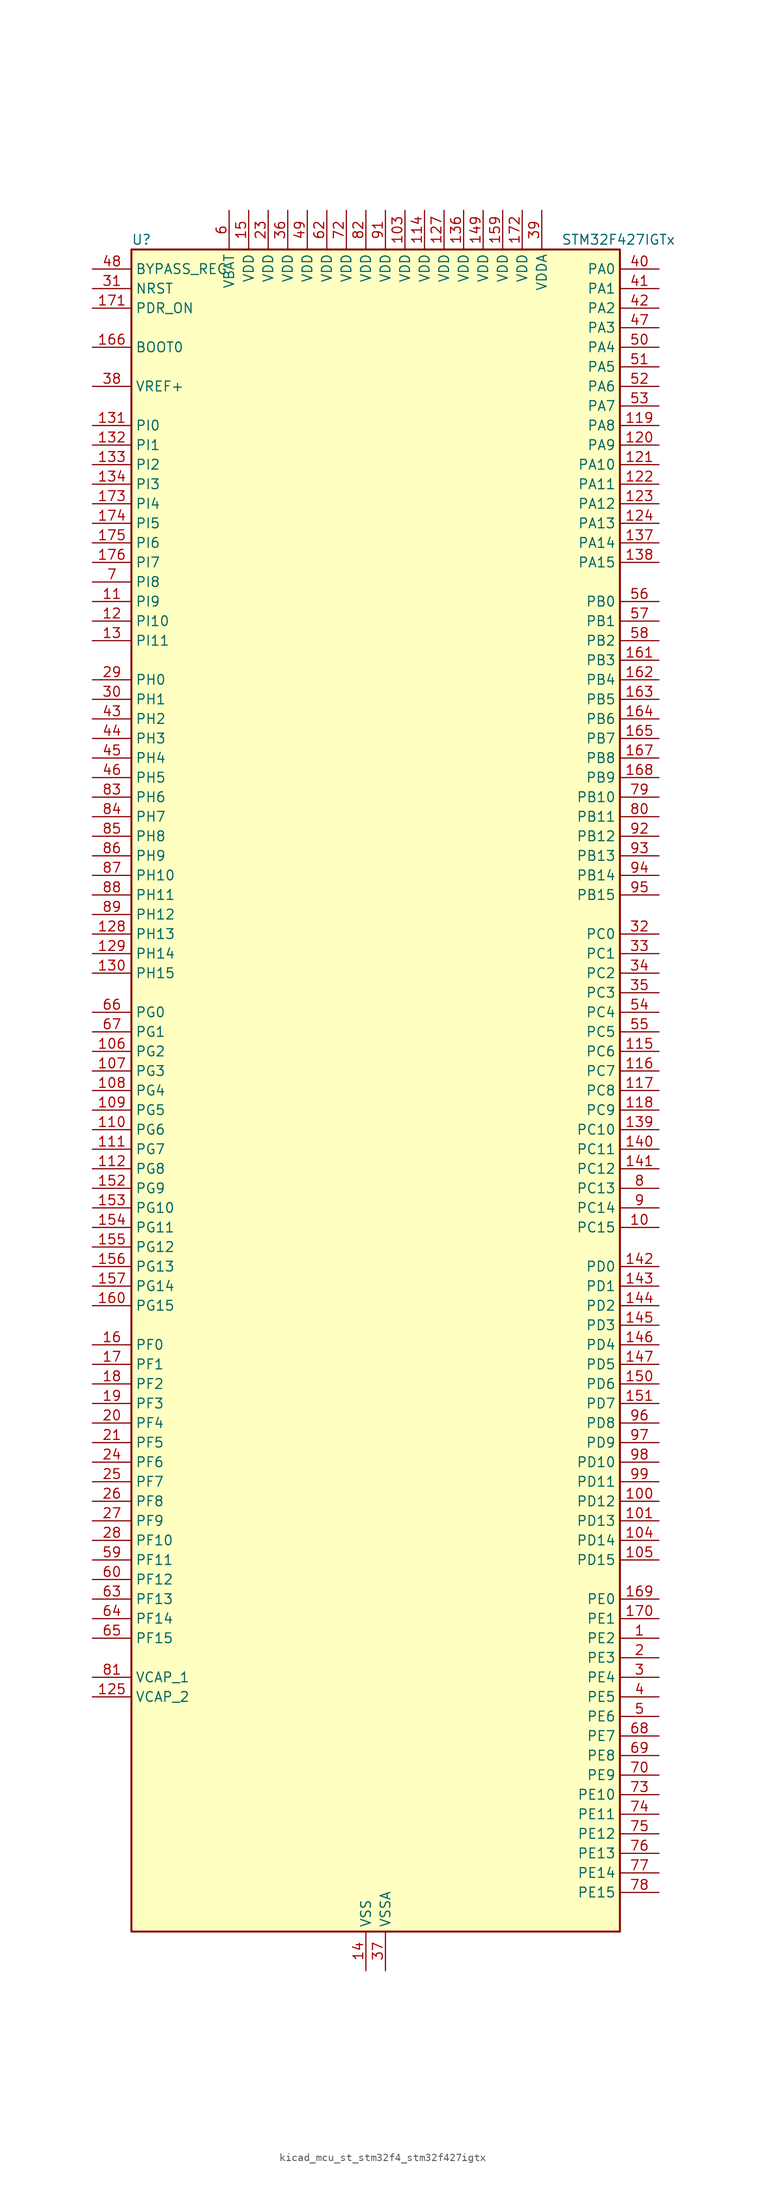
<source format=kicad_sym>
(kicad_symbol_lib
  (version 20220914)
  (generator kicad_symbol_editor)
  (symbol "kicad_mcu_st_stm32f4_stm32f427igtx"
    (property "Reference" "U"
      (at -30.48 110.49 0)
      (effects (font (size 1.27 1.27)) (justify left)))
    (property "Value" "STM32F427IGTx"
      (at 25.4 110.49 0)
      (effects (font (size 1.27 1.27)) (justify left)))
    (property "ki_locked" ""
      (at 0 0 0)
      (effects (font (size 1.27 1.27))))
    (symbol "kicad_mcu_st_stm32f4_stm32f427igtx_0_1"
      (rectangle (start -30.48 -109.22) (end 33.02 109.22) (stroke (width 0.254) (type default)) (fill (type background))))
    (symbol "kicad_mcu_st_stm32f4_stm32f427igtx_1_1"
      (pin bidirectional line (at 38.1 -71.12 180) (length 5.08) (name "PE2" (effects (font (size 1.27 1.27)))) (number "1" (effects (font (size 1.27 1.27)))) (alternate "ETH_TXD3" bidirectional line) (alternate "FMC_A23" bidirectional line) (alternate "SAI1_MCLK_A" bidirectional line) (alternate "SPI4_SCK" bidirectional line) (alternate "SYS_TRACECLK" bidirectional line))
      (pin bidirectional line (at 38.1 -17.78 180) (length 5.08) (name "PC15" (effects (font (size 1.27 1.27)))) (number "10" (effects (font (size 1.27 1.27)))) (alternate "ADC1_EXTI15" bidirectional line) (alternate "ADC2_EXTI15" bidirectional line) (alternate "ADC3_EXTI15" bidirectional line) (alternate "RCC_OSC32_OUT" bidirectional line))
      (pin bidirectional line (at 38.1 -53.34 180) (length 5.08) (name "PD12" (effects (font (size 1.27 1.27)))) (number "100" (effects (font (size 1.27 1.27)))) (alternate "FMC_A17" bidirectional line) (alternate "FMC_ALE" bidirectional line) (alternate "TIM4_CH1" bidirectional line) (alternate "USART3_RTS" bidirectional line))
      (pin bidirectional line (at 38.1 -55.88 180) (length 5.08) (name "PD13" (effects (font (size 1.27 1.27)))) (number "101" (effects (font (size 1.27 1.27)))) (alternate "FMC_A18" bidirectional line) (alternate "TIM4_CH2" bidirectional line))
      (pin passive line (at 0 -114.3 90) (length 5.08) hide (name "VSS" (effects (font (size 1.27 1.27)))) (number "102" (effects (font (size 1.27 1.27)))))
      (pin power_in line (at 5.08 114.3 270) (length 5.08) (name "VDD" (effects (font (size 1.27 1.27)))) (number "103" (effects (font (size 1.27 1.27)))))
      (pin bidirectional line (at 38.1 -58.42 180) (length 5.08) (name "PD14" (effects (font (size 1.27 1.27)))) (number "104" (effects (font (size 1.27 1.27)))) (alternate "FMC_D0" bidirectional line) (alternate "FMC_DA0" bidirectional line) (alternate "TIM4_CH3" bidirectional line))
      (pin bidirectional line (at 38.1 -60.96 180) (length 5.08) (name "PD15" (effects (font (size 1.27 1.27)))) (number "105" (effects (font (size 1.27 1.27)))) (alternate "ADC1_EXTI15" bidirectional line) (alternate "ADC2_EXTI15" bidirectional line) (alternate "ADC3_EXTI15" bidirectional line) (alternate "FMC_D1" bidirectional line) (alternate "FMC_DA1" bidirectional line) (alternate "TIM4_CH4" bidirectional line))
      (pin bidirectional line (at -35.56 5.08 0) (length 5.08) (name "PG2" (effects (font (size 1.27 1.27)))) (number "106" (effects (font (size 1.27 1.27)))) (alternate "FMC_A12" bidirectional line))
      (pin bidirectional line (at -35.56 2.54 0) (length 5.08) (name "PG3" (effects (font (size 1.27 1.27)))) (number "107" (effects (font (size 1.27 1.27)))) (alternate "FMC_A13" bidirectional line))
      (pin bidirectional line (at -35.56 0 0) (length 5.08) (name "PG4" (effects (font (size 1.27 1.27)))) (number "108" (effects (font (size 1.27 1.27)))) (alternate "FMC_A14" bidirectional line) (alternate "FMC_BA0" bidirectional line))
      (pin bidirectional line (at -35.56 -2.54 0) (length 5.08) (name "PG5" (effects (font (size 1.27 1.27)))) (number "109" (effects (font (size 1.27 1.27)))) (alternate "FMC_A15" bidirectional line) (alternate "FMC_BA1" bidirectional line))
      (pin bidirectional line (at -35.56 63.5 0) (length 5.08) (name "PI9" (effects (font (size 1.27 1.27)))) (number "11" (effects (font (size 1.27 1.27)))) (alternate "CAN1_RX" bidirectional line) (alternate "DAC_EXTI9" bidirectional line) (alternate "FMC_D30" bidirectional line))
      (pin bidirectional line (at -35.56 -5.08 0) (length 5.08) (name "PG6" (effects (font (size 1.27 1.27)))) (number "110" (effects (font (size 1.27 1.27)))) (alternate "DCMI_D12" bidirectional line) (alternate "FMC_INT2" bidirectional line))
      (pin bidirectional line (at -35.56 -7.62 0) (length 5.08) (name "PG7" (effects (font (size 1.27 1.27)))) (number "111" (effects (font (size 1.27 1.27)))) (alternate "DCMI_D13" bidirectional line) (alternate "FMC_INT3" bidirectional line) (alternate "USART6_CK" bidirectional line))
      (pin bidirectional line (at -35.56 -10.16 0) (length 5.08) (name "PG8" (effects (font (size 1.27 1.27)))) (number "112" (effects (font (size 1.27 1.27)))) (alternate "ETH_PPS_OUT" bidirectional line) (alternate "FMC_SDCLK" bidirectional line) (alternate "SPI6_NSS" bidirectional line) (alternate "USART6_RTS" bidirectional line))
      (pin passive line (at 0 -114.3 90) (length 5.08) hide (name "VSS" (effects (font (size 1.27 1.27)))) (number "113" (effects (font (size 1.27 1.27)))))
      (pin power_in line (at 7.62 114.3 270) (length 5.08) (name "VDD" (effects (font (size 1.27 1.27)))) (number "114" (effects (font (size 1.27 1.27)))))
      (pin bidirectional line (at 38.1 5.08 180) (length 5.08) (name "PC6" (effects (font (size 1.27 1.27)))) (number "115" (effects (font (size 1.27 1.27)))) (alternate "DCMI_D0" bidirectional line) (alternate "I2S2_MCK" bidirectional line) (alternate "SDIO_D6" bidirectional line) (alternate "TIM3_CH1" bidirectional line) (alternate "TIM8_CH1" bidirectional line) (alternate "USART6_TX" bidirectional line))
      (pin bidirectional line (at 38.1 2.54 180) (length 5.08) (name "PC7" (effects (font (size 1.27 1.27)))) (number "116" (effects (font (size 1.27 1.27)))) (alternate "DCMI_D1" bidirectional line) (alternate "I2S3_MCK" bidirectional line) (alternate "SDIO_D7" bidirectional line) (alternate "TIM3_CH2" bidirectional line) (alternate "TIM8_CH2" bidirectional line) (alternate "USART6_RX" bidirectional line))
      (pin bidirectional line (at 38.1 0 180) (length 5.08) (name "PC8" (effects (font (size 1.27 1.27)))) (number "117" (effects (font (size 1.27 1.27)))) (alternate "DCMI_D2" bidirectional line) (alternate "SDIO_D0" bidirectional line) (alternate "TIM3_CH3" bidirectional line) (alternate "TIM8_CH3" bidirectional line) (alternate "USART6_CK" bidirectional line))
      (pin bidirectional line (at 38.1 -2.54 180) (length 5.08) (name "PC9" (effects (font (size 1.27 1.27)))) (number "118" (effects (font (size 1.27 1.27)))) (alternate "DAC_EXTI9" bidirectional line) (alternate "DCMI_D3" bidirectional line) (alternate "I2C3_SDA" bidirectional line) (alternate "I2S_CKIN" bidirectional line) (alternate "RCC_MCO_2" bidirectional line) (alternate "SDIO_D1" bidirectional line) (alternate "TIM3_CH4" bidirectional line) (alternate "TIM8_CH4" bidirectional line))
      (pin bidirectional line (at 38.1 86.36 180) (length 5.08) (name "PA8" (effects (font (size 1.27 1.27)))) (number "119" (effects (font (size 1.27 1.27)))) (alternate "I2C3_SCL" bidirectional line) (alternate "RCC_MCO_1" bidirectional line) (alternate "TIM1_CH1" bidirectional line) (alternate "USART1_CK" bidirectional line) (alternate "USB_OTG_FS_SOF" bidirectional line))
      (pin bidirectional line (at -35.56 60.96 0) (length 5.08) (name "PI10" (effects (font (size 1.27 1.27)))) (number "12" (effects (font (size 1.27 1.27)))) (alternate "ETH_RX_ER" bidirectional line) (alternate "FMC_D31" bidirectional line))
      (pin bidirectional line (at 38.1 83.82 180) (length 5.08) (name "PA9" (effects (font (size 1.27 1.27)))) (number "120" (effects (font (size 1.27 1.27)))) (alternate "DAC_EXTI9" bidirectional line) (alternate "DCMI_D0" bidirectional line) (alternate "I2C3_SMBA" bidirectional line) (alternate "TIM1_CH2" bidirectional line) (alternate "USART1_TX" bidirectional line) (alternate "USB_OTG_FS_VBUS" bidirectional line))
      (pin bidirectional line (at 38.1 81.28 180) (length 5.08) (name "PA10" (effects (font (size 1.27 1.27)))) (number "121" (effects (font (size 1.27 1.27)))) (alternate "DCMI_D1" bidirectional line) (alternate "TIM1_CH3" bidirectional line) (alternate "USART1_RX" bidirectional line) (alternate "USB_OTG_FS_ID" bidirectional line))
      (pin bidirectional line (at 38.1 78.74 180) (length 5.08) (name "PA11" (effects (font (size 1.27 1.27)))) (number "122" (effects (font (size 1.27 1.27)))) (alternate "ADC1_EXTI11" bidirectional line) (alternate "ADC2_EXTI11" bidirectional line) (alternate "ADC3_EXTI11" bidirectional line) (alternate "CAN1_RX" bidirectional line) (alternate "TIM1_CH4" bidirectional line) (alternate "USART1_CTS" bidirectional line) (alternate "USB_OTG_FS_DM" bidirectional line))
      (pin bidirectional line (at 38.1 76.2 180) (length 5.08) (name "PA12" (effects (font (size 1.27 1.27)))) (number "123" (effects (font (size 1.27 1.27)))) (alternate "CAN1_TX" bidirectional line) (alternate "TIM1_ETR" bidirectional line) (alternate "USART1_RTS" bidirectional line) (alternate "USB_OTG_FS_DP" bidirectional line))
      (pin bidirectional line (at 38.1 73.66 180) (length 5.08) (name "PA13" (effects (font (size 1.27 1.27)))) (number "124" (effects (font (size 1.27 1.27)))) (alternate "SYS_JTMS-SWDIO" bidirectional line))
      (pin power_out line (at -35.56 -78.74 0) (length 5.08) (name "VCAP_2" (effects (font (size 1.27 1.27)))) (number "125" (effects (font (size 1.27 1.27)))))
      (pin passive line (at 0 -114.3 90) (length 5.08) hide (name "VSS" (effects (font (size 1.27 1.27)))) (number "126" (effects (font (size 1.27 1.27)))))
      (pin power_in line (at 10.16 114.3 270) (length 5.08) (name "VDD" (effects (font (size 1.27 1.27)))) (number "127" (effects (font (size 1.27 1.27)))))
      (pin bidirectional line (at -35.56 20.32 0) (length 5.08) (name "PH13" (effects (font (size 1.27 1.27)))) (number "128" (effects (font (size 1.27 1.27)))) (alternate "CAN1_TX" bidirectional line) (alternate "FMC_D21" bidirectional line) (alternate "TIM8_CH1N" bidirectional line))
      (pin bidirectional line (at -35.56 17.78 0) (length 5.08) (name "PH14" (effects (font (size 1.27 1.27)))) (number "129" (effects (font (size 1.27 1.27)))) (alternate "DCMI_D4" bidirectional line) (alternate "FMC_D22" bidirectional line) (alternate "TIM8_CH2N" bidirectional line))
      (pin bidirectional line (at -35.56 58.42 0) (length 5.08) (name "PI11" (effects (font (size 1.27 1.27)))) (number "13" (effects (font (size 1.27 1.27)))) (alternate "ADC1_EXTI11" bidirectional line) (alternate "ADC2_EXTI11" bidirectional line) (alternate "ADC3_EXTI11" bidirectional line) (alternate "USB_OTG_HS_ULPI_DIR" bidirectional line))
      (pin bidirectional line (at -35.56 15.24 0) (length 5.08) (name "PH15" (effects (font (size 1.27 1.27)))) (number "130" (effects (font (size 1.27 1.27)))) (alternate "ADC1_EXTI15" bidirectional line) (alternate "ADC2_EXTI15" bidirectional line) (alternate "ADC3_EXTI15" bidirectional line) (alternate "DCMI_D11" bidirectional line) (alternate "FMC_D23" bidirectional line) (alternate "TIM8_CH3N" bidirectional line))
      (pin bidirectional line (at -35.56 86.36 0) (length 5.08) (name "PI0" (effects (font (size 1.27 1.27)))) (number "131" (effects (font (size 1.27 1.27)))) (alternate "DCMI_D13" bidirectional line) (alternate "FMC_D24" bidirectional line) (alternate "I2S2_WS" bidirectional line) (alternate "SPI2_NSS" bidirectional line) (alternate "TIM5_CH4" bidirectional line))
      (pin bidirectional line (at -35.56 83.82 0) (length 5.08) (name "PI1" (effects (font (size 1.27 1.27)))) (number "132" (effects (font (size 1.27 1.27)))) (alternate "DCMI_D8" bidirectional line) (alternate "FMC_D25" bidirectional line) (alternate "I2S2_CK" bidirectional line) (alternate "SPI2_SCK" bidirectional line))
      (pin bidirectional line (at -35.56 81.28 0) (length 5.08) (name "PI2" (effects (font (size 1.27 1.27)))) (number "133" (effects (font (size 1.27 1.27)))) (alternate "DCMI_D9" bidirectional line) (alternate "FMC_D26" bidirectional line) (alternate "I2S2_ext_SD" bidirectional line) (alternate "SPI2_MISO" bidirectional line) (alternate "TIM8_CH4" bidirectional line))
      (pin bidirectional line (at -35.56 78.74 0) (length 5.08) (name "PI3" (effects (font (size 1.27 1.27)))) (number "134" (effects (font (size 1.27 1.27)))) (alternate "DCMI_D10" bidirectional line) (alternate "FMC_D27" bidirectional line) (alternate "I2S2_SD" bidirectional line) (alternate "SPI2_MOSI" bidirectional line) (alternate "TIM8_ETR" bidirectional line))
      (pin passive line (at 0 -114.3 90) (length 5.08) hide (name "VSS" (effects (font (size 1.27 1.27)))) (number "135" (effects (font (size 1.27 1.27)))))
      (pin power_in line (at 12.7 114.3 270) (length 5.08) (name "VDD" (effects (font (size 1.27 1.27)))) (number "136" (effects (font (size 1.27 1.27)))))
      (pin bidirectional line (at 38.1 71.12 180) (length 5.08) (name "PA14" (effects (font (size 1.27 1.27)))) (number "137" (effects (font (size 1.27 1.27)))) (alternate "SYS_JTCK-SWCLK" bidirectional line))
      (pin bidirectional line (at 38.1 68.58 180) (length 5.08) (name "PA15" (effects (font (size 1.27 1.27)))) (number "138" (effects (font (size 1.27 1.27)))) (alternate "ADC1_EXTI15" bidirectional line) (alternate "ADC2_EXTI15" bidirectional line) (alternate "ADC3_EXTI15" bidirectional line) (alternate "I2S3_WS" bidirectional line) (alternate "SPI1_NSS" bidirectional line) (alternate "SPI3_NSS" bidirectional line) (alternate "SYS_JTDI" bidirectional line) (alternate "TIM2_CH1" bidirectional line) (alternate "TIM2_ETR" bidirectional line))
      (pin bidirectional line (at 38.1 -5.08 180) (length 5.08) (name "PC10" (effects (font (size 1.27 1.27)))) (number "139" (effects (font (size 1.27 1.27)))) (alternate "DCMI_D8" bidirectional line) (alternate "I2S3_CK" bidirectional line) (alternate "SDIO_D2" bidirectional line) (alternate "SPI3_SCK" bidirectional line) (alternate "UART4_TX" bidirectional line) (alternate "USART3_TX" bidirectional line))
      (pin power_in line (at 0 -114.3 90) (length 5.08) (name "VSS" (effects (font (size 1.27 1.27)))) (number "14" (effects (font (size 1.27 1.27)))))
      (pin bidirectional line (at 38.1 -7.62 180) (length 5.08) (name "PC11" (effects (font (size 1.27 1.27)))) (number "140" (effects (font (size 1.27 1.27)))) (alternate "ADC1_EXTI11" bidirectional line) (alternate "ADC2_EXTI11" bidirectional line) (alternate "ADC3_EXTI11" bidirectional line) (alternate "DCMI_D4" bidirectional line) (alternate "I2S3_ext_SD" bidirectional line) (alternate "SDIO_D3" bidirectional line) (alternate "SPI3_MISO" bidirectional line) (alternate "UART4_RX" bidirectional line) (alternate "USART3_RX" bidirectional line))
      (pin bidirectional line (at 38.1 -10.16 180) (length 5.08) (name "PC12" (effects (font (size 1.27 1.27)))) (number "141" (effects (font (size 1.27 1.27)))) (alternate "DCMI_D9" bidirectional line) (alternate "I2S3_SD" bidirectional line) (alternate "SDIO_CK" bidirectional line) (alternate "SPI3_MOSI" bidirectional line) (alternate "UART5_TX" bidirectional line) (alternate "USART3_CK" bidirectional line))
      (pin bidirectional line (at 38.1 -22.86 180) (length 5.08) (name "PD0" (effects (font (size 1.27 1.27)))) (number "142" (effects (font (size 1.27 1.27)))) (alternate "CAN1_RX" bidirectional line) (alternate "FMC_D2" bidirectional line) (alternate "FMC_DA2" bidirectional line))
      (pin bidirectional line (at 38.1 -25.4 180) (length 5.08) (name "PD1" (effects (font (size 1.27 1.27)))) (number "143" (effects (font (size 1.27 1.27)))) (alternate "CAN1_TX" bidirectional line) (alternate "FMC_D3" bidirectional line) (alternate "FMC_DA3" bidirectional line))
      (pin bidirectional line (at 38.1 -27.94 180) (length 5.08) (name "PD2" (effects (font (size 1.27 1.27)))) (number "144" (effects (font (size 1.27 1.27)))) (alternate "DCMI_D11" bidirectional line) (alternate "SDIO_CMD" bidirectional line) (alternate "TIM3_ETR" bidirectional line) (alternate "UART5_RX" bidirectional line))
      (pin bidirectional line (at 38.1 -30.48 180) (length 5.08) (name "PD3" (effects (font (size 1.27 1.27)))) (number "145" (effects (font (size 1.27 1.27)))) (alternate "DCMI_D5" bidirectional line) (alternate "FMC_CLK" bidirectional line) (alternate "I2S2_CK" bidirectional line) (alternate "SPI2_SCK" bidirectional line) (alternate "USART2_CTS" bidirectional line))
      (pin bidirectional line (at 38.1 -33.02 180) (length 5.08) (name "PD4" (effects (font (size 1.27 1.27)))) (number "146" (effects (font (size 1.27 1.27)))) (alternate "FMC_NOE" bidirectional line) (alternate "USART2_RTS" bidirectional line))
      (pin bidirectional line (at 38.1 -35.56 180) (length 5.08) (name "PD5" (effects (font (size 1.27 1.27)))) (number "147" (effects (font (size 1.27 1.27)))) (alternate "FMC_NWE" bidirectional line) (alternate "USART2_TX" bidirectional line))
      (pin passive line (at 0 -114.3 90) (length 5.08) hide (name "VSS" (effects (font (size 1.27 1.27)))) (number "148" (effects (font (size 1.27 1.27)))))
      (pin power_in line (at 15.24 114.3 270) (length 5.08) (name "VDD" (effects (font (size 1.27 1.27)))) (number "149" (effects (font (size 1.27 1.27)))))
      (pin power_in line (at -15.24 114.3 270) (length 5.08) (name "VDD" (effects (font (size 1.27 1.27)))) (number "15" (effects (font (size 1.27 1.27)))))
      (pin bidirectional line (at 38.1 -38.1 180) (length 5.08) (name "PD6" (effects (font (size 1.27 1.27)))) (number "150" (effects (font (size 1.27 1.27)))) (alternate "DCMI_D10" bidirectional line) (alternate "FMC_NWAIT" bidirectional line) (alternate "I2S3_SD" bidirectional line) (alternate "SAI1_SD_A" bidirectional line) (alternate "SPI3_MOSI" bidirectional line) (alternate "USART2_RX" bidirectional line))
      (pin bidirectional line (at 38.1 -40.64 180) (length 5.08) (name "PD7" (effects (font (size 1.27 1.27)))) (number "151" (effects (font (size 1.27 1.27)))) (alternate "FMC_NCE2" bidirectional line) (alternate "FMC_NE1" bidirectional line) (alternate "USART2_CK" bidirectional line))
      (pin bidirectional line (at -35.56 -12.7 0) (length 5.08) (name "PG9" (effects (font (size 1.27 1.27)))) (number "152" (effects (font (size 1.27 1.27)))) (alternate "DAC_EXTI9" bidirectional line) (alternate "DCMI_VSYNC" bidirectional line) (alternate "FMC_NCE3" bidirectional line) (alternate "FMC_NE2" bidirectional line) (alternate "USART6_RX" bidirectional line))
      (pin bidirectional line (at -35.56 -15.24 0) (length 5.08) (name "PG10" (effects (font (size 1.27 1.27)))) (number "153" (effects (font (size 1.27 1.27)))) (alternate "DCMI_D2" bidirectional line) (alternate "FMC_NCE4_1" bidirectional line) (alternate "FMC_NE3" bidirectional line))
      (pin bidirectional line (at -35.56 -17.78 0) (length 5.08) (name "PG11" (effects (font (size 1.27 1.27)))) (number "154" (effects (font (size 1.27 1.27)))) (alternate "ADC1_EXTI11" bidirectional line) (alternate "ADC2_EXTI11" bidirectional line) (alternate "ADC3_EXTI11" bidirectional line) (alternate "DCMI_D3" bidirectional line) (alternate "ETH_TX_EN" bidirectional line) (alternate "FMC_NCE4_2" bidirectional line))
      (pin bidirectional line (at -35.56 -20.32 0) (length 5.08) (name "PG12" (effects (font (size 1.27 1.27)))) (number "155" (effects (font (size 1.27 1.27)))) (alternate "FMC_NE4" bidirectional line) (alternate "SPI6_MISO" bidirectional line) (alternate "USART6_RTS" bidirectional line))
      (pin bidirectional line (at -35.56 -22.86 0) (length 5.08) (name "PG13" (effects (font (size 1.27 1.27)))) (number "156" (effects (font (size 1.27 1.27)))) (alternate "ETH_TXD0" bidirectional line) (alternate "FMC_A24" bidirectional line) (alternate "SPI6_SCK" bidirectional line) (alternate "USART6_CTS" bidirectional line))
      (pin bidirectional line (at -35.56 -25.4 0) (length 5.08) (name "PG14" (effects (font (size 1.27 1.27)))) (number "157" (effects (font (size 1.27 1.27)))) (alternate "ETH_TXD1" bidirectional line) (alternate "FMC_A25" bidirectional line) (alternate "SPI6_MOSI" bidirectional line) (alternate "USART6_TX" bidirectional line))
      (pin passive line (at 0 -114.3 90) (length 5.08) hide (name "VSS" (effects (font (size 1.27 1.27)))) (number "158" (effects (font (size 1.27 1.27)))))
      (pin power_in line (at 17.78 114.3 270) (length 5.08) (name "VDD" (effects (font (size 1.27 1.27)))) (number "159" (effects (font (size 1.27 1.27)))))
      (pin bidirectional line (at -35.56 -33.02 0) (length 5.08) (name "PF0" (effects (font (size 1.27 1.27)))) (number "16" (effects (font (size 1.27 1.27)))) (alternate "FMC_A0" bidirectional line) (alternate "I2C2_SDA" bidirectional line))
      (pin bidirectional line (at -35.56 -27.94 0) (length 5.08) (name "PG15" (effects (font (size 1.27 1.27)))) (number "160" (effects (font (size 1.27 1.27)))) (alternate "ADC1_EXTI15" bidirectional line) (alternate "ADC2_EXTI15" bidirectional line) (alternate "ADC3_EXTI15" bidirectional line) (alternate "DCMI_D13" bidirectional line) (alternate "FMC_SDNCAS" bidirectional line) (alternate "USART6_CTS" bidirectional line))
      (pin bidirectional line (at 38.1 55.88 180) (length 5.08) (name "PB3" (effects (font (size 1.27 1.27)))) (number "161" (effects (font (size 1.27 1.27)))) (alternate "I2S3_CK" bidirectional line) (alternate "SPI1_SCK" bidirectional line) (alternate "SPI3_SCK" bidirectional line) (alternate "SYS_JTDO-SWO" bidirectional line) (alternate "TIM2_CH2" bidirectional line))
      (pin bidirectional line (at 38.1 53.34 180) (length 5.08) (name "PB4" (effects (font (size 1.27 1.27)))) (number "162" (effects (font (size 1.27 1.27)))) (alternate "I2S3_ext_SD" bidirectional line) (alternate "SPI1_MISO" bidirectional line) (alternate "SPI3_MISO" bidirectional line) (alternate "SYS_JTRST" bidirectional line) (alternate "TIM3_CH1" bidirectional line))
      (pin bidirectional line (at 38.1 50.8 180) (length 5.08) (name "PB5" (effects (font (size 1.27 1.27)))) (number "163" (effects (font (size 1.27 1.27)))) (alternate "CAN2_RX" bidirectional line) (alternate "DCMI_D10" bidirectional line) (alternate "ETH_PPS_OUT" bidirectional line) (alternate "FMC_SDCKE1" bidirectional line) (alternate "I2C1_SMBA" bidirectional line) (alternate "I2S3_SD" bidirectional line) (alternate "SPI1_MOSI" bidirectional line) (alternate "SPI3_MOSI" bidirectional line) (alternate "TIM3_CH2" bidirectional line) (alternate "USB_OTG_HS_ULPI_D7" bidirectional line))
      (pin bidirectional line (at 38.1 48.26 180) (length 5.08) (name "PB6" (effects (font (size 1.27 1.27)))) (number "164" (effects (font (size 1.27 1.27)))) (alternate "CAN2_TX" bidirectional line) (alternate "DCMI_D5" bidirectional line) (alternate "FMC_SDNE1" bidirectional line) (alternate "I2C1_SCL" bidirectional line) (alternate "TIM4_CH1" bidirectional line) (alternate "USART1_TX" bidirectional line))
      (pin bidirectional line (at 38.1 45.72 180) (length 5.08) (name "PB7" (effects (font (size 1.27 1.27)))) (number "165" (effects (font (size 1.27 1.27)))) (alternate "DCMI_VSYNC" bidirectional line) (alternate "FMC_NL" bidirectional line) (alternate "I2C1_SDA" bidirectional line) (alternate "TIM4_CH2" bidirectional line) (alternate "USART1_RX" bidirectional line))
      (pin input line (at -35.56 96.52 0) (length 5.08) (name "BOOT0" (effects (font (size 1.27 1.27)))) (number "166" (effects (font (size 1.27 1.27)))))
      (pin bidirectional line (at 38.1 43.18 180) (length 5.08) (name "PB8" (effects (font (size 1.27 1.27)))) (number "167" (effects (font (size 1.27 1.27)))) (alternate "CAN1_RX" bidirectional line) (alternate "DCMI_D6" bidirectional line) (alternate "ETH_TXD3" bidirectional line) (alternate "I2C1_SCL" bidirectional line) (alternate "SDIO_D4" bidirectional line) (alternate "TIM10_CH1" bidirectional line) (alternate "TIM4_CH3" bidirectional line))
      (pin bidirectional line (at 38.1 40.64 180) (length 5.08) (name "PB9" (effects (font (size 1.27 1.27)))) (number "168" (effects (font (size 1.27 1.27)))) (alternate "CAN1_TX" bidirectional line) (alternate "DAC_EXTI9" bidirectional line) (alternate "DCMI_D7" bidirectional line) (alternate "I2C1_SDA" bidirectional line) (alternate "I2S2_WS" bidirectional line) (alternate "SDIO_D5" bidirectional line) (alternate "SPI2_NSS" bidirectional line) (alternate "TIM11_CH1" bidirectional line) (alternate "TIM4_CH4" bidirectional line))
      (pin bidirectional line (at 38.1 -66.04 180) (length 5.08) (name "PE0" (effects (font (size 1.27 1.27)))) (number "169" (effects (font (size 1.27 1.27)))) (alternate "DCMI_D2" bidirectional line) (alternate "FMC_NBL0" bidirectional line) (alternate "TIM4_ETR" bidirectional line) (alternate "UART8_RX" bidirectional line))
      (pin bidirectional line (at -35.56 -35.56 0) (length 5.08) (name "PF1" (effects (font (size 1.27 1.27)))) (number "17" (effects (font (size 1.27 1.27)))) (alternate "FMC_A1" bidirectional line) (alternate "I2C2_SCL" bidirectional line))
      (pin bidirectional line (at 38.1 -68.58 180) (length 5.08) (name "PE1" (effects (font (size 1.27 1.27)))) (number "170" (effects (font (size 1.27 1.27)))) (alternate "DCMI_D3" bidirectional line) (alternate "FMC_NBL1" bidirectional line) (alternate "UART8_TX" bidirectional line))
      (pin input line (at -35.56 101.6 0) (length 5.08) (name "PDR_ON" (effects (font (size 1.27 1.27)))) (number "171" (effects (font (size 1.27 1.27)))))
      (pin power_in line (at 20.32 114.3 270) (length 5.08) (name "VDD" (effects (font (size 1.27 1.27)))) (number "172" (effects (font (size 1.27 1.27)))))
      (pin bidirectional line (at -35.56 76.2 0) (length 5.08) (name "PI4" (effects (font (size 1.27 1.27)))) (number "173" (effects (font (size 1.27 1.27)))) (alternate "DCMI_D5" bidirectional line) (alternate "FMC_NBL2" bidirectional line) (alternate "TIM8_BKIN" bidirectional line))
      (pin bidirectional line (at -35.56 73.66 0) (length 5.08) (name "PI5" (effects (font (size 1.27 1.27)))) (number "174" (effects (font (size 1.27 1.27)))) (alternate "DCMI_VSYNC" bidirectional line) (alternate "FMC_NBL3" bidirectional line) (alternate "TIM8_CH1" bidirectional line))
      (pin bidirectional line (at -35.56 71.12 0) (length 5.08) (name "PI6" (effects (font (size 1.27 1.27)))) (number "175" (effects (font (size 1.27 1.27)))) (alternate "DCMI_D6" bidirectional line) (alternate "FMC_D28" bidirectional line) (alternate "TIM8_CH2" bidirectional line))
      (pin bidirectional line (at -35.56 68.58 0) (length 5.08) (name "PI7" (effects (font (size 1.27 1.27)))) (number "176" (effects (font (size 1.27 1.27)))) (alternate "DCMI_D7" bidirectional line) (alternate "FMC_D29" bidirectional line) (alternate "TIM8_CH3" bidirectional line))
      (pin bidirectional line (at -35.56 -38.1 0) (length 5.08) (name "PF2" (effects (font (size 1.27 1.27)))) (number "18" (effects (font (size 1.27 1.27)))) (alternate "FMC_A2" bidirectional line) (alternate "I2C2_SMBA" bidirectional line))
      (pin bidirectional line (at -35.56 -40.64 0) (length 5.08) (name "PF3" (effects (font (size 1.27 1.27)))) (number "19" (effects (font (size 1.27 1.27)))) (alternate "ADC3_IN9" bidirectional line) (alternate "FMC_A3" bidirectional line))
      (pin bidirectional line (at 38.1 -73.66 180) (length 5.08) (name "PE3" (effects (font (size 1.27 1.27)))) (number "2" (effects (font (size 1.27 1.27)))) (alternate "FMC_A19" bidirectional line) (alternate "SAI1_SD_B" bidirectional line) (alternate "SYS_TRACED0" bidirectional line))
      (pin bidirectional line (at -35.56 -43.18 0) (length 5.08) (name "PF4" (effects (font (size 1.27 1.27)))) (number "20" (effects (font (size 1.27 1.27)))) (alternate "ADC3_IN14" bidirectional line) (alternate "FMC_A4" bidirectional line))
      (pin bidirectional line (at -35.56 -45.72 0) (length 5.08) (name "PF5" (effects (font (size 1.27 1.27)))) (number "21" (effects (font (size 1.27 1.27)))) (alternate "ADC3_IN15" bidirectional line) (alternate "FMC_A5" bidirectional line))
      (pin passive line (at 0 -114.3 90) (length 5.08) hide (name "VSS" (effects (font (size 1.27 1.27)))) (number "22" (effects (font (size 1.27 1.27)))))
      (pin power_in line (at -12.7 114.3 270) (length 5.08) (name "VDD" (effects (font (size 1.27 1.27)))) (number "23" (effects (font (size 1.27 1.27)))))
      (pin bidirectional line (at -35.56 -48.26 0) (length 5.08) (name "PF6" (effects (font (size 1.27 1.27)))) (number "24" (effects (font (size 1.27 1.27)))) (alternate "ADC3_IN4" bidirectional line) (alternate "FMC_NIORD" bidirectional line) (alternate "SAI1_SD_B" bidirectional line) (alternate "SPI5_NSS" bidirectional line) (alternate "TIM10_CH1" bidirectional line) (alternate "UART7_RX" bidirectional line))
      (pin bidirectional line (at -35.56 -50.8 0) (length 5.08) (name "PF7" (effects (font (size 1.27 1.27)))) (number "25" (effects (font (size 1.27 1.27)))) (alternate "ADC3_IN5" bidirectional line) (alternate "FMC_NREG" bidirectional line) (alternate "SAI1_MCLK_B" bidirectional line) (alternate "SPI5_SCK" bidirectional line) (alternate "TIM11_CH1" bidirectional line) (alternate "UART7_TX" bidirectional line))
      (pin bidirectional line (at -35.56 -53.34 0) (length 5.08) (name "PF8" (effects (font (size 1.27 1.27)))) (number "26" (effects (font (size 1.27 1.27)))) (alternate "ADC3_IN6" bidirectional line) (alternate "FMC_NIOWR" bidirectional line) (alternate "SAI1_SCK_B" bidirectional line) (alternate "SPI5_MISO" bidirectional line) (alternate "TIM13_CH1" bidirectional line))
      (pin bidirectional line (at -35.56 -55.88 0) (length 5.08) (name "PF9" (effects (font (size 1.27 1.27)))) (number "27" (effects (font (size 1.27 1.27)))) (alternate "ADC3_IN7" bidirectional line) (alternate "DAC_EXTI9" bidirectional line) (alternate "FMC_CD" bidirectional line) (alternate "SAI1_FS_B" bidirectional line) (alternate "SPI5_MOSI" bidirectional line) (alternate "TIM14_CH1" bidirectional line))
      (pin bidirectional line (at -35.56 -58.42 0) (length 5.08) (name "PF10" (effects (font (size 1.27 1.27)))) (number "28" (effects (font (size 1.27 1.27)))) (alternate "ADC3_IN8" bidirectional line) (alternate "DCMI_D11" bidirectional line) (alternate "FMC_INTR" bidirectional line))
      (pin bidirectional line (at -35.56 53.34 0) (length 5.08) (name "PH0" (effects (font (size 1.27 1.27)))) (number "29" (effects (font (size 1.27 1.27)))) (alternate "RCC_OSC_IN" bidirectional line))
      (pin bidirectional line (at 38.1 -76.2 180) (length 5.08) (name "PE4" (effects (font (size 1.27 1.27)))) (number "3" (effects (font (size 1.27 1.27)))) (alternate "DCMI_D4" bidirectional line) (alternate "FMC_A20" bidirectional line) (alternate "SAI1_FS_A" bidirectional line) (alternate "SPI4_NSS" bidirectional line) (alternate "SYS_TRACED1" bidirectional line))
      (pin bidirectional line (at -35.56 50.8 0) (length 5.08) (name "PH1" (effects (font (size 1.27 1.27)))) (number "30" (effects (font (size 1.27 1.27)))) (alternate "RCC_OSC_OUT" bidirectional line))
      (pin input line (at -35.56 104.14 0) (length 5.08) (name "NRST" (effects (font (size 1.27 1.27)))) (number "31" (effects (font (size 1.27 1.27)))))
      (pin bidirectional line (at 38.1 20.32 180) (length 5.08) (name "PC0" (effects (font (size 1.27 1.27)))) (number "32" (effects (font (size 1.27 1.27)))) (alternate "ADC1_IN10" bidirectional line) (alternate "ADC2_IN10" bidirectional line) (alternate "ADC3_IN10" bidirectional line) (alternate "FMC_SDNWE" bidirectional line) (alternate "USB_OTG_HS_ULPI_STP" bidirectional line))
      (pin bidirectional line (at 38.1 17.78 180) (length 5.08) (name "PC1" (effects (font (size 1.27 1.27)))) (number "33" (effects (font (size 1.27 1.27)))) (alternate "ADC1_IN11" bidirectional line) (alternate "ADC2_IN11" bidirectional line) (alternate "ADC3_IN11" bidirectional line) (alternate "ETH_MDC" bidirectional line))
      (pin bidirectional line (at 38.1 15.24 180) (length 5.08) (name "PC2" (effects (font (size 1.27 1.27)))) (number "34" (effects (font (size 1.27 1.27)))) (alternate "ADC1_IN12" bidirectional line) (alternate "ADC2_IN12" bidirectional line) (alternate "ADC3_IN12" bidirectional line) (alternate "ETH_TXD2" bidirectional line) (alternate "FMC_SDNE0" bidirectional line) (alternate "I2S2_ext_SD" bidirectional line) (alternate "SPI2_MISO" bidirectional line) (alternate "USB_OTG_HS_ULPI_DIR" bidirectional line))
      (pin bidirectional line (at 38.1 12.7 180) (length 5.08) (name "PC3" (effects (font (size 1.27 1.27)))) (number "35" (effects (font (size 1.27 1.27)))) (alternate "ADC1_IN13" bidirectional line) (alternate "ADC2_IN13" bidirectional line) (alternate "ADC3_IN13" bidirectional line) (alternate "ETH_TX_CLK" bidirectional line) (alternate "FMC_SDCKE0" bidirectional line) (alternate "I2S2_SD" bidirectional line) (alternate "SPI2_MOSI" bidirectional line) (alternate "USB_OTG_HS_ULPI_NXT" bidirectional line))
      (pin power_in line (at -10.16 114.3 270) (length 5.08) (name "VDD" (effects (font (size 1.27 1.27)))) (number "36" (effects (font (size 1.27 1.27)))))
      (pin power_in line (at 2.54 -114.3 90) (length 5.08) (name "VSSA" (effects (font (size 1.27 1.27)))) (number "37" (effects (font (size 1.27 1.27)))))
      (pin input line (at -35.56 91.44 0) (length 5.08) (name "VREF+" (effects (font (size 1.27 1.27)))) (number "38" (effects (font (size 1.27 1.27)))))
      (pin power_in line (at 22.86 114.3 270) (length 5.08) (name "VDDA" (effects (font (size 1.27 1.27)))) (number "39" (effects (font (size 1.27 1.27)))))
      (pin bidirectional line (at 38.1 -78.74 180) (length 5.08) (name "PE5" (effects (font (size 1.27 1.27)))) (number "4" (effects (font (size 1.27 1.27)))) (alternate "DCMI_D6" bidirectional line) (alternate "FMC_A21" bidirectional line) (alternate "SAI1_SCK_A" bidirectional line) (alternate "SPI4_MISO" bidirectional line) (alternate "SYS_TRACED2" bidirectional line) (alternate "TIM9_CH1" bidirectional line))
      (pin bidirectional line (at 38.1 106.68 180) (length 5.08) (name "PA0" (effects (font (size 1.27 1.27)))) (number "40" (effects (font (size 1.27 1.27)))) (alternate "ADC1_IN0" bidirectional line) (alternate "ADC2_IN0" bidirectional line) (alternate "ADC3_IN0" bidirectional line) (alternate "ETH_CRS" bidirectional line) (alternate "SYS_WKUP" bidirectional line) (alternate "TIM2_CH1" bidirectional line) (alternate "TIM2_ETR" bidirectional line) (alternate "TIM5_CH1" bidirectional line) (alternate "TIM8_ETR" bidirectional line) (alternate "UART4_TX" bidirectional line) (alternate "USART2_CTS" bidirectional line))
      (pin bidirectional line (at 38.1 104.14 180) (length 5.08) (name "PA1" (effects (font (size 1.27 1.27)))) (number "41" (effects (font (size 1.27 1.27)))) (alternate "ADC1_IN1" bidirectional line) (alternate "ADC2_IN1" bidirectional line) (alternate "ADC3_IN1" bidirectional line) (alternate "ETH_REF_CLK" bidirectional line) (alternate "ETH_RX_CLK" bidirectional line) (alternate "TIM2_CH2" bidirectional line) (alternate "TIM5_CH2" bidirectional line) (alternate "UART4_RX" bidirectional line) (alternate "USART2_RTS" bidirectional line))
      (pin bidirectional line (at 38.1 101.6 180) (length 5.08) (name "PA2" (effects (font (size 1.27 1.27)))) (number "42" (effects (font (size 1.27 1.27)))) (alternate "ADC1_IN2" bidirectional line) (alternate "ADC2_IN2" bidirectional line) (alternate "ADC3_IN2" bidirectional line) (alternate "ETH_MDIO" bidirectional line) (alternate "TIM2_CH3" bidirectional line) (alternate "TIM5_CH3" bidirectional line) (alternate "TIM9_CH1" bidirectional line) (alternate "USART2_TX" bidirectional line))
      (pin bidirectional line (at -35.56 48.26 0) (length 5.08) (name "PH2" (effects (font (size 1.27 1.27)))) (number "43" (effects (font (size 1.27 1.27)))) (alternate "ETH_CRS" bidirectional line) (alternate "FMC_SDCKE0" bidirectional line))
      (pin bidirectional line (at -35.56 45.72 0) (length 5.08) (name "PH3" (effects (font (size 1.27 1.27)))) (number "44" (effects (font (size 1.27 1.27)))) (alternate "ETH_COL" bidirectional line) (alternate "FMC_SDNE0" bidirectional line))
      (pin bidirectional line (at -35.56 43.18 0) (length 5.08) (name "PH4" (effects (font (size 1.27 1.27)))) (number "45" (effects (font (size 1.27 1.27)))) (alternate "I2C2_SCL" bidirectional line) (alternate "USB_OTG_HS_ULPI_NXT" bidirectional line))
      (pin bidirectional line (at -35.56 40.64 0) (length 5.08) (name "PH5" (effects (font (size 1.27 1.27)))) (number "46" (effects (font (size 1.27 1.27)))) (alternate "FMC_SDNWE" bidirectional line) (alternate "I2C2_SDA" bidirectional line) (alternate "SPI5_NSS" bidirectional line))
      (pin bidirectional line (at 38.1 99.06 180) (length 5.08) (name "PA3" (effects (font (size 1.27 1.27)))) (number "47" (effects (font (size 1.27 1.27)))) (alternate "ADC1_IN3" bidirectional line) (alternate "ADC2_IN3" bidirectional line) (alternate "ADC3_IN3" bidirectional line) (alternate "ETH_COL" bidirectional line) (alternate "TIM2_CH4" bidirectional line) (alternate "TIM5_CH4" bidirectional line) (alternate "TIM9_CH2" bidirectional line) (alternate "USART2_RX" bidirectional line) (alternate "USB_OTG_HS_ULPI_D0" bidirectional line))
      (pin input line (at -35.56 106.68 0) (length 5.08) (name "BYPASS_REG" (effects (font (size 1.27 1.27)))) (number "48" (effects (font (size 1.27 1.27)))))
      (pin power_in line (at -7.62 114.3 270) (length 5.08) (name "VDD" (effects (font (size 1.27 1.27)))) (number "49" (effects (font (size 1.27 1.27)))))
      (pin bidirectional line (at 38.1 -81.28 180) (length 5.08) (name "PE6" (effects (font (size 1.27 1.27)))) (number "5" (effects (font (size 1.27 1.27)))) (alternate "DCMI_D7" bidirectional line) (alternate "FMC_A22" bidirectional line) (alternate "SAI1_SD_A" bidirectional line) (alternate "SPI4_MOSI" bidirectional line) (alternate "SYS_TRACED3" bidirectional line) (alternate "TIM9_CH2" bidirectional line))
      (pin bidirectional line (at 38.1 96.52 180) (length 5.08) (name "PA4" (effects (font (size 1.27 1.27)))) (number "50" (effects (font (size 1.27 1.27)))) (alternate "ADC1_IN4" bidirectional line) (alternate "ADC2_IN4" bidirectional line) (alternate "DAC_OUT1" bidirectional line) (alternate "DCMI_HSYNC" bidirectional line) (alternate "I2S3_WS" bidirectional line) (alternate "SPI1_NSS" bidirectional line) (alternate "SPI3_NSS" bidirectional line) (alternate "USART2_CK" bidirectional line) (alternate "USB_OTG_HS_SOF" bidirectional line))
      (pin bidirectional line (at 38.1 93.98 180) (length 5.08) (name "PA5" (effects (font (size 1.27 1.27)))) (number "51" (effects (font (size 1.27 1.27)))) (alternate "ADC1_IN5" bidirectional line) (alternate "ADC2_IN5" bidirectional line) (alternate "DAC_OUT2" bidirectional line) (alternate "SPI1_SCK" bidirectional line) (alternate "TIM2_CH1" bidirectional line) (alternate "TIM2_ETR" bidirectional line) (alternate "TIM8_CH1N" bidirectional line) (alternate "USB_OTG_HS_ULPI_CK" bidirectional line))
      (pin bidirectional line (at 38.1 91.44 180) (length 5.08) (name "PA6" (effects (font (size 1.27 1.27)))) (number "52" (effects (font (size 1.27 1.27)))) (alternate "ADC1_IN6" bidirectional line) (alternate "ADC2_IN6" bidirectional line) (alternate "DCMI_PIXCLK" bidirectional line) (alternate "SPI1_MISO" bidirectional line) (alternate "TIM13_CH1" bidirectional line) (alternate "TIM1_BKIN" bidirectional line) (alternate "TIM3_CH1" bidirectional line) (alternate "TIM8_BKIN" bidirectional line))
      (pin bidirectional line (at 38.1 88.9 180) (length 5.08) (name "PA7" (effects (font (size 1.27 1.27)))) (number "53" (effects (font (size 1.27 1.27)))) (alternate "ADC1_IN7" bidirectional line) (alternate "ADC2_IN7" bidirectional line) (alternate "ETH_CRS_DV" bidirectional line) (alternate "ETH_RX_DV" bidirectional line) (alternate "SPI1_MOSI" bidirectional line) (alternate "TIM14_CH1" bidirectional line) (alternate "TIM1_CH1N" bidirectional line) (alternate "TIM3_CH2" bidirectional line) (alternate "TIM8_CH1N" bidirectional line))
      (pin bidirectional line (at 38.1 10.16 180) (length 5.08) (name "PC4" (effects (font (size 1.27 1.27)))) (number "54" (effects (font (size 1.27 1.27)))) (alternate "ADC1_IN14" bidirectional line) (alternate "ADC2_IN14" bidirectional line) (alternate "ETH_RXD0" bidirectional line))
      (pin bidirectional line (at 38.1 7.62 180) (length 5.08) (name "PC5" (effects (font (size 1.27 1.27)))) (number "55" (effects (font (size 1.27 1.27)))) (alternate "ADC1_IN15" bidirectional line) (alternate "ADC2_IN15" bidirectional line) (alternate "ETH_RXD1" bidirectional line))
      (pin bidirectional line (at 38.1 63.5 180) (length 5.08) (name "PB0" (effects (font (size 1.27 1.27)))) (number "56" (effects (font (size 1.27 1.27)))) (alternate "ADC1_IN8" bidirectional line) (alternate "ADC2_IN8" bidirectional line) (alternate "ETH_RXD2" bidirectional line) (alternate "TIM1_CH2N" bidirectional line) (alternate "TIM3_CH3" bidirectional line) (alternate "TIM8_CH2N" bidirectional line) (alternate "USB_OTG_HS_ULPI_D1" bidirectional line))
      (pin bidirectional line (at 38.1 60.96 180) (length 5.08) (name "PB1" (effects (font (size 1.27 1.27)))) (number "57" (effects (font (size 1.27 1.27)))) (alternate "ADC1_IN9" bidirectional line) (alternate "ADC2_IN9" bidirectional line) (alternate "ETH_RXD3" bidirectional line) (alternate "TIM1_CH3N" bidirectional line) (alternate "TIM3_CH4" bidirectional line) (alternate "TIM8_CH3N" bidirectional line) (alternate "USB_OTG_HS_ULPI_D2" bidirectional line))
      (pin bidirectional line (at 38.1 58.42 180) (length 5.08) (name "PB2" (effects (font (size 1.27 1.27)))) (number "58" (effects (font (size 1.27 1.27)))))
      (pin bidirectional line (at -35.56 -60.96 0) (length 5.08) (name "PF11" (effects (font (size 1.27 1.27)))) (number "59" (effects (font (size 1.27 1.27)))) (alternate "ADC1_EXTI11" bidirectional line) (alternate "ADC2_EXTI11" bidirectional line) (alternate "ADC3_EXTI11" bidirectional line) (alternate "DCMI_D12" bidirectional line) (alternate "FMC_SDNRAS" bidirectional line) (alternate "SPI5_MOSI" bidirectional line))
      (pin power_in line (at -17.78 114.3 270) (length 5.08) (name "VBAT" (effects (font (size 1.27 1.27)))) (number "6" (effects (font (size 1.27 1.27)))))
      (pin bidirectional line (at -35.56 -63.5 0) (length 5.08) (name "PF12" (effects (font (size 1.27 1.27)))) (number "60" (effects (font (size 1.27 1.27)))) (alternate "FMC_A6" bidirectional line))
      (pin passive line (at 0 -114.3 90) (length 5.08) hide (name "VSS" (effects (font (size 1.27 1.27)))) (number "61" (effects (font (size 1.27 1.27)))))
      (pin power_in line (at -5.08 114.3 270) (length 5.08) (name "VDD" (effects (font (size 1.27 1.27)))) (number "62" (effects (font (size 1.27 1.27)))))
      (pin bidirectional line (at -35.56 -66.04 0) (length 5.08) (name "PF13" (effects (font (size 1.27 1.27)))) (number "63" (effects (font (size 1.27 1.27)))) (alternate "FMC_A7" bidirectional line))
      (pin bidirectional line (at -35.56 -68.58 0) (length 5.08) (name "PF14" (effects (font (size 1.27 1.27)))) (number "64" (effects (font (size 1.27 1.27)))) (alternate "FMC_A8" bidirectional line))
      (pin bidirectional line (at -35.56 -71.12 0) (length 5.08) (name "PF15" (effects (font (size 1.27 1.27)))) (number "65" (effects (font (size 1.27 1.27)))) (alternate "ADC1_EXTI15" bidirectional line) (alternate "ADC2_EXTI15" bidirectional line) (alternate "ADC3_EXTI15" bidirectional line) (alternate "FMC_A9" bidirectional line))
      (pin bidirectional line (at -35.56 10.16 0) (length 5.08) (name "PG0" (effects (font (size 1.27 1.27)))) (number "66" (effects (font (size 1.27 1.27)))) (alternate "FMC_A10" bidirectional line))
      (pin bidirectional line (at -35.56 7.62 0) (length 5.08) (name "PG1" (effects (font (size 1.27 1.27)))) (number "67" (effects (font (size 1.27 1.27)))) (alternate "FMC_A11" bidirectional line))
      (pin bidirectional line (at 38.1 -83.82 180) (length 5.08) (name "PE7" (effects (font (size 1.27 1.27)))) (number "68" (effects (font (size 1.27 1.27)))) (alternate "FMC_D4" bidirectional line) (alternate "FMC_DA4" bidirectional line) (alternate "TIM1_ETR" bidirectional line) (alternate "UART7_RX" bidirectional line))
      (pin bidirectional line (at 38.1 -86.36 180) (length 5.08) (name "PE8" (effects (font (size 1.27 1.27)))) (number "69" (effects (font (size 1.27 1.27)))) (alternate "FMC_D5" bidirectional line) (alternate "FMC_DA5" bidirectional line) (alternate "TIM1_CH1N" bidirectional line) (alternate "UART7_TX" bidirectional line))
      (pin bidirectional line (at -35.56 66.04 0) (length 5.08) (name "PI8" (effects (font (size 1.27 1.27)))) (number "7" (effects (font (size 1.27 1.27)))) (alternate "RTC_AF2" bidirectional line))
      (pin bidirectional line (at 38.1 -88.9 180) (length 5.08) (name "PE9" (effects (font (size 1.27 1.27)))) (number "70" (effects (font (size 1.27 1.27)))) (alternate "DAC_EXTI9" bidirectional line) (alternate "FMC_D6" bidirectional line) (alternate "FMC_DA6" bidirectional line) (alternate "TIM1_CH1" bidirectional line))
      (pin passive line (at 0 -114.3 90) (length 5.08) hide (name "VSS" (effects (font (size 1.27 1.27)))) (number "71" (effects (font (size 1.27 1.27)))))
      (pin power_in line (at -2.54 114.3 270) (length 5.08) (name "VDD" (effects (font (size 1.27 1.27)))) (number "72" (effects (font (size 1.27 1.27)))))
      (pin bidirectional line (at 38.1 -91.44 180) (length 5.08) (name "PE10" (effects (font (size 1.27 1.27)))) (number "73" (effects (font (size 1.27 1.27)))) (alternate "FMC_D7" bidirectional line) (alternate "FMC_DA7" bidirectional line) (alternate "TIM1_CH2N" bidirectional line))
      (pin bidirectional line (at 38.1 -93.98 180) (length 5.08) (name "PE11" (effects (font (size 1.27 1.27)))) (number "74" (effects (font (size 1.27 1.27)))) (alternate "ADC1_EXTI11" bidirectional line) (alternate "ADC2_EXTI11" bidirectional line) (alternate "ADC3_EXTI11" bidirectional line) (alternate "FMC_D8" bidirectional line) (alternate "FMC_DA8" bidirectional line) (alternate "SPI4_NSS" bidirectional line) (alternate "TIM1_CH2" bidirectional line))
      (pin bidirectional line (at 38.1 -96.52 180) (length 5.08) (name "PE12" (effects (font (size 1.27 1.27)))) (number "75" (effects (font (size 1.27 1.27)))) (alternate "FMC_D9" bidirectional line) (alternate "FMC_DA9" bidirectional line) (alternate "SPI4_SCK" bidirectional line) (alternate "TIM1_CH3N" bidirectional line))
      (pin bidirectional line (at 38.1 -99.06 180) (length 5.08) (name "PE13" (effects (font (size 1.27 1.27)))) (number "76" (effects (font (size 1.27 1.27)))) (alternate "FMC_D10" bidirectional line) (alternate "FMC_DA10" bidirectional line) (alternate "SPI4_MISO" bidirectional line) (alternate "TIM1_CH3" bidirectional line))
      (pin bidirectional line (at 38.1 -101.6 180) (length 5.08) (name "PE14" (effects (font (size 1.27 1.27)))) (number "77" (effects (font (size 1.27 1.27)))) (alternate "FMC_D11" bidirectional line) (alternate "FMC_DA11" bidirectional line) (alternate "SPI4_MOSI" bidirectional line) (alternate "TIM1_CH4" bidirectional line))
      (pin bidirectional line (at 38.1 -104.14 180) (length 5.08) (name "PE15" (effects (font (size 1.27 1.27)))) (number "78" (effects (font (size 1.27 1.27)))) (alternate "ADC1_EXTI15" bidirectional line) (alternate "ADC2_EXTI15" bidirectional line) (alternate "ADC3_EXTI15" bidirectional line) (alternate "FMC_D12" bidirectional line) (alternate "FMC_DA12" bidirectional line) (alternate "TIM1_BKIN" bidirectional line))
      (pin bidirectional line (at 38.1 38.1 180) (length 5.08) (name "PB10" (effects (font (size 1.27 1.27)))) (number "79" (effects (font (size 1.27 1.27)))) (alternate "ETH_RX_ER" bidirectional line) (alternate "I2C2_SCL" bidirectional line) (alternate "I2S2_CK" bidirectional line) (alternate "SPI2_SCK" bidirectional line) (alternate "TIM2_CH3" bidirectional line) (alternate "USART3_TX" bidirectional line) (alternate "USB_OTG_HS_ULPI_D3" bidirectional line))
      (pin bidirectional line (at 38.1 -12.7 180) (length 5.08) (name "PC13" (effects (font (size 1.27 1.27)))) (number "8" (effects (font (size 1.27 1.27)))) (alternate "RTC_AF1" bidirectional line))
      (pin bidirectional line (at 38.1 35.56 180) (length 5.08) (name "PB11" (effects (font (size 1.27 1.27)))) (number "80" (effects (font (size 1.27 1.27)))) (alternate "ADC1_EXTI11" bidirectional line) (alternate "ADC2_EXTI11" bidirectional line) (alternate "ADC3_EXTI11" bidirectional line) (alternate "ETH_TX_EN" bidirectional line) (alternate "I2C2_SDA" bidirectional line) (alternate "TIM2_CH4" bidirectional line) (alternate "USART3_RX" bidirectional line) (alternate "USB_OTG_HS_ULPI_D4" bidirectional line))
      (pin power_out line (at -35.56 -76.2 0) (length 5.08) (name "VCAP_1" (effects (font (size 1.27 1.27)))) (number "81" (effects (font (size 1.27 1.27)))))
      (pin power_in line (at 0 114.3 270) (length 5.08) (name "VDD" (effects (font (size 1.27 1.27)))) (number "82" (effects (font (size 1.27 1.27)))))
      (pin bidirectional line (at -35.56 38.1 0) (length 5.08) (name "PH6" (effects (font (size 1.27 1.27)))) (number "83" (effects (font (size 1.27 1.27)))) (alternate "DCMI_D8" bidirectional line) (alternate "ETH_RXD2" bidirectional line) (alternate "FMC_SDNE1" bidirectional line) (alternate "I2C2_SMBA" bidirectional line) (alternate "SPI5_SCK" bidirectional line) (alternate "TIM12_CH1" bidirectional line))
      (pin bidirectional line (at -35.56 35.56 0) (length 5.08) (name "PH7" (effects (font (size 1.27 1.27)))) (number "84" (effects (font (size 1.27 1.27)))) (alternate "DCMI_D9" bidirectional line) (alternate "ETH_RXD3" bidirectional line) (alternate "FMC_SDCKE1" bidirectional line) (alternate "I2C3_SCL" bidirectional line) (alternate "SPI5_MISO" bidirectional line))
      (pin bidirectional line (at -35.56 33.02 0) (length 5.08) (name "PH8" (effects (font (size 1.27 1.27)))) (number "85" (effects (font (size 1.27 1.27)))) (alternate "DCMI_HSYNC" bidirectional line) (alternate "FMC_D16" bidirectional line) (alternate "I2C3_SDA" bidirectional line))
      (pin bidirectional line (at -35.56 30.48 0) (length 5.08) (name "PH9" (effects (font (size 1.27 1.27)))) (number "86" (effects (font (size 1.27 1.27)))) (alternate "DAC_EXTI9" bidirectional line) (alternate "DCMI_D0" bidirectional line) (alternate "FMC_D17" bidirectional line) (alternate "I2C3_SMBA" bidirectional line) (alternate "TIM12_CH2" bidirectional line))
      (pin bidirectional line (at -35.56 27.94 0) (length 5.08) (name "PH10" (effects (font (size 1.27 1.27)))) (number "87" (effects (font (size 1.27 1.27)))) (alternate "DCMI_D1" bidirectional line) (alternate "FMC_D18" bidirectional line) (alternate "TIM5_CH1" bidirectional line))
      (pin bidirectional line (at -35.56 25.4 0) (length 5.08) (name "PH11" (effects (font (size 1.27 1.27)))) (number "88" (effects (font (size 1.27 1.27)))) (alternate "ADC1_EXTI11" bidirectional line) (alternate "ADC2_EXTI11" bidirectional line) (alternate "ADC3_EXTI11" bidirectional line) (alternate "DCMI_D2" bidirectional line) (alternate "FMC_D19" bidirectional line) (alternate "TIM5_CH2" bidirectional line))
      (pin bidirectional line (at -35.56 22.86 0) (length 5.08) (name "PH12" (effects (font (size 1.27 1.27)))) (number "89" (effects (font (size 1.27 1.27)))) (alternate "DCMI_D3" bidirectional line) (alternate "FMC_D20" bidirectional line) (alternate "TIM5_CH3" bidirectional line))
      (pin bidirectional line (at 38.1 -15.24 180) (length 5.08) (name "PC14" (effects (font (size 1.27 1.27)))) (number "9" (effects (font (size 1.27 1.27)))) (alternate "RCC_OSC32_IN" bidirectional line))
      (pin passive line (at 0 -114.3 90) (length 5.08) hide (name "VSS" (effects (font (size 1.27 1.27)))) (number "90" (effects (font (size 1.27 1.27)))))
      (pin power_in line (at 2.54 114.3 270) (length 5.08) (name "VDD" (effects (font (size 1.27 1.27)))) (number "91" (effects (font (size 1.27 1.27)))))
      (pin bidirectional line (at 38.1 33.02 180) (length 5.08) (name "PB12" (effects (font (size 1.27 1.27)))) (number "92" (effects (font (size 1.27 1.27)))) (alternate "CAN2_RX" bidirectional line) (alternate "ETH_TXD0" bidirectional line) (alternate "I2C2_SMBA" bidirectional line) (alternate "I2S2_WS" bidirectional line) (alternate "SPI2_NSS" bidirectional line) (alternate "TIM1_BKIN" bidirectional line) (alternate "USART3_CK" bidirectional line) (alternate "USB_OTG_HS_ID" bidirectional line) (alternate "USB_OTG_HS_ULPI_D5" bidirectional line))
      (pin bidirectional line (at 38.1 30.48 180) (length 5.08) (name "PB13" (effects (font (size 1.27 1.27)))) (number "93" (effects (font (size 1.27 1.27)))) (alternate "CAN2_TX" bidirectional line) (alternate "ETH_TXD1" bidirectional line) (alternate "I2S2_CK" bidirectional line) (alternate "SPI2_SCK" bidirectional line) (alternate "TIM1_CH1N" bidirectional line) (alternate "USART3_CTS" bidirectional line) (alternate "USB_OTG_HS_ULPI_D6" bidirectional line) (alternate "USB_OTG_HS_VBUS" bidirectional line))
      (pin bidirectional line (at 38.1 27.94 180) (length 5.08) (name "PB14" (effects (font (size 1.27 1.27)))) (number "94" (effects (font (size 1.27 1.27)))) (alternate "I2S2_ext_SD" bidirectional line) (alternate "SPI2_MISO" bidirectional line) (alternate "TIM12_CH1" bidirectional line) (alternate "TIM1_CH2N" bidirectional line) (alternate "TIM8_CH2N" bidirectional line) (alternate "USART3_RTS" bidirectional line) (alternate "USB_OTG_HS_DM" bidirectional line))
      (pin bidirectional line (at 38.1 25.4 180) (length 5.08) (name "PB15" (effects (font (size 1.27 1.27)))) (number "95" (effects (font (size 1.27 1.27)))) (alternate "ADC1_EXTI15" bidirectional line) (alternate "ADC2_EXTI15" bidirectional line) (alternate "ADC3_EXTI15" bidirectional line) (alternate "I2S2_SD" bidirectional line) (alternate "RTC_REFIN" bidirectional line) (alternate "SPI2_MOSI" bidirectional line) (alternate "TIM12_CH2" bidirectional line) (alternate "TIM1_CH3N" bidirectional line) (alternate "TIM8_CH3N" bidirectional line) (alternate "USB_OTG_HS_DP" bidirectional line))
      (pin bidirectional line (at 38.1 -43.18 180) (length 5.08) (name "PD8" (effects (font (size 1.27 1.27)))) (number "96" (effects (font (size 1.27 1.27)))) (alternate "FMC_D13" bidirectional line) (alternate "FMC_DA13" bidirectional line) (alternate "USART3_TX" bidirectional line))
      (pin bidirectional line (at 38.1 -45.72 180) (length 5.08) (name "PD9" (effects (font (size 1.27 1.27)))) (number "97" (effects (font (size 1.27 1.27)))) (alternate "DAC_EXTI9" bidirectional line) (alternate "FMC_D14" bidirectional line) (alternate "FMC_DA14" bidirectional line) (alternate "USART3_RX" bidirectional line))
      (pin bidirectional line (at 38.1 -48.26 180) (length 5.08) (name "PD10" (effects (font (size 1.27 1.27)))) (number "98" (effects (font (size 1.27 1.27)))) (alternate "FMC_D15" bidirectional line) (alternate "FMC_DA15" bidirectional line) (alternate "USART3_CK" bidirectional line))
      (pin bidirectional line (at 38.1 -50.8 180) (length 5.08) (name "PD11" (effects (font (size 1.27 1.27)))) (number "99" (effects (font (size 1.27 1.27)))) (alternate "ADC1_EXTI11" bidirectional line) (alternate "ADC2_EXTI11" bidirectional line) (alternate "ADC3_EXTI11" bidirectional line) (alternate "FMC_A16" bidirectional line) (alternate "FMC_CLE" bidirectional line) (alternate "USART3_CTS" bidirectional line)))))
</source>
